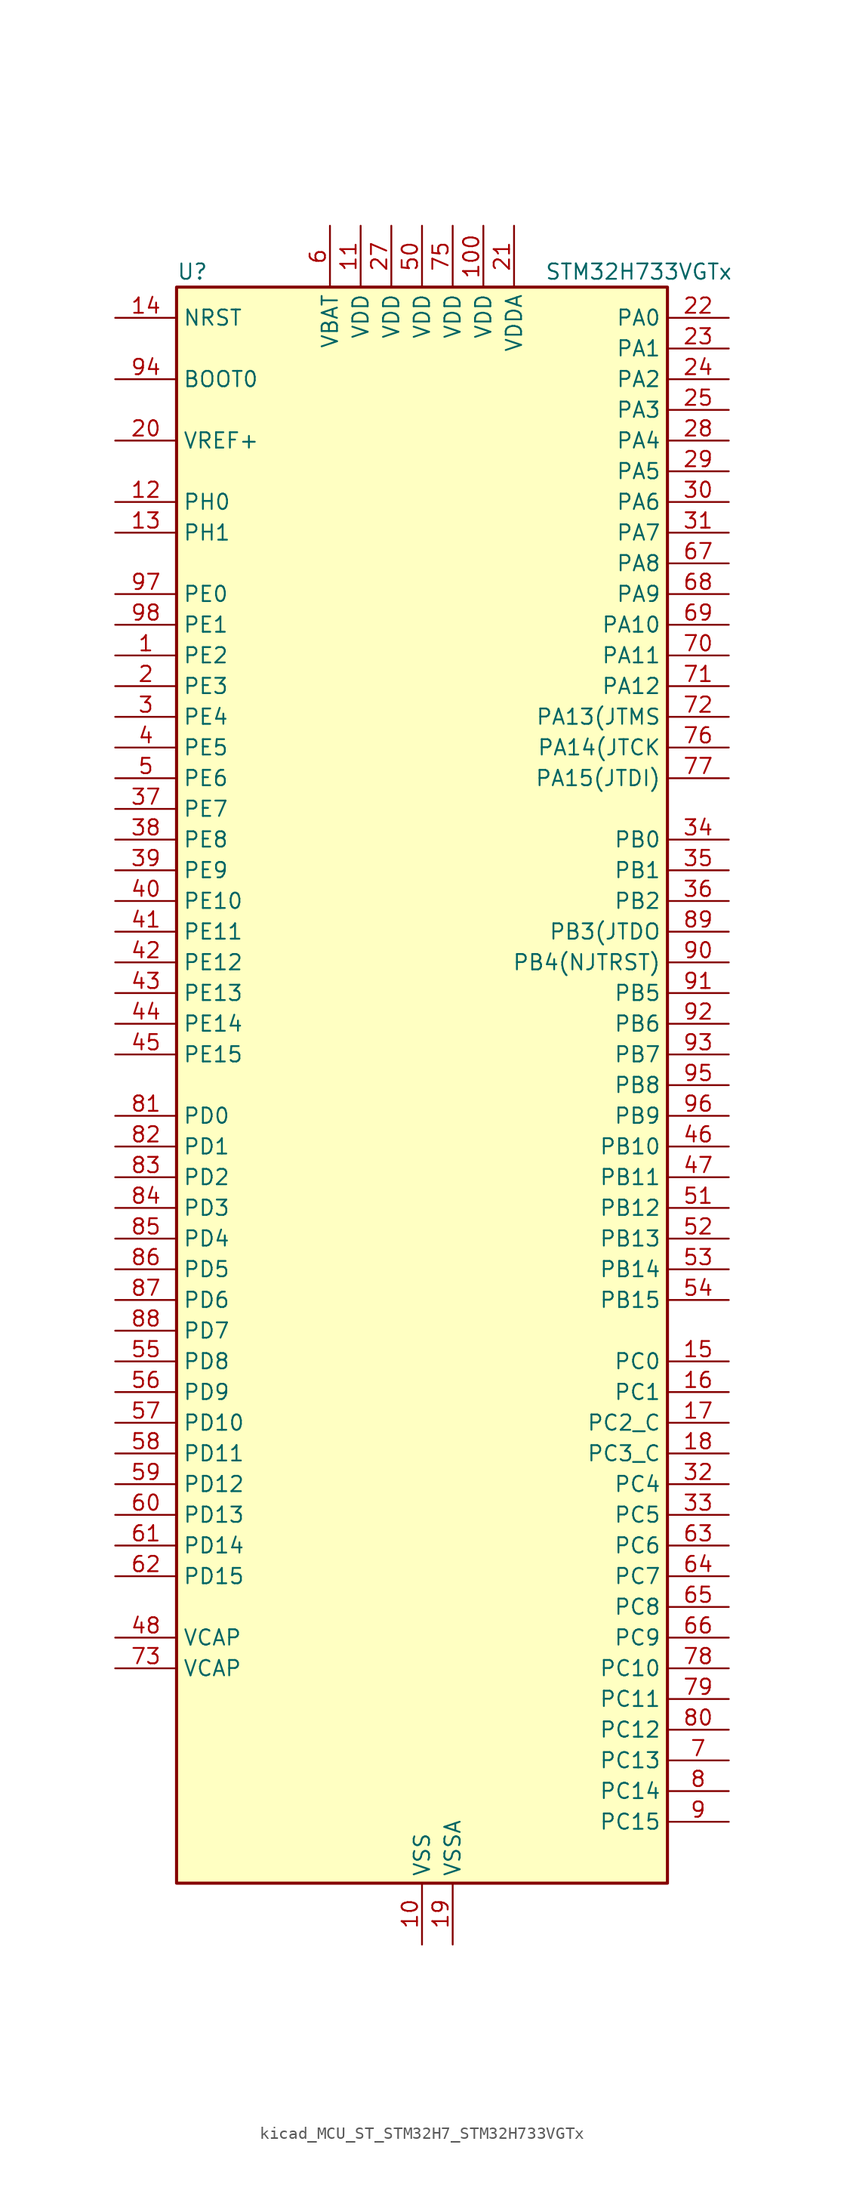
<source format=kicad_sym>
(kicad_symbol_lib
  (version 20220914)
  (generator kicad_symbol_editor)
  (symbol "kicad_MCU_ST_STM32H7_STM32H733VGTx"
    (property "Reference" "U"
      (at -20.32 67.31 0)
      (effects (font (size 1.27 1.27)) (justify left)))
    (property "Value" "STM32H733VGTx"
      (at 10.16 67.31 0)
      (effects (font (size 1.27 1.27)) (justify left)))
    (property "ki_locked" ""
      (at 0 0 0)
      (effects (font (size 1.27 1.27))))
    (symbol "kicad_MCU_ST_STM32H7_STM32H733VGTx_0_1"
      (rectangle (start -20.32 -66.04) (end 20.32 66.04) (stroke (width 0.254) (type default)) (fill (type background))))
    (symbol "kicad_MCU_ST_STM32H7_STM32H733VGTx_1_1"
      (pin bidirectional line (at -25.4 35.56 0) (length 5.08) (name "PE2" (effects (font (size 1.27 1.27)))) (number "1" (effects (font (size 1.27 1.27)))) (alternate "DEBUG_TRACECLK" bidirectional line) (alternate "ETH_TXD3" bidirectional line) (alternate "FMC_A23" bidirectional line) (alternate "OCTOSPIM_P1_IO2" bidirectional line) (alternate "SAI1_CK1" bidirectional line) (alternate "SAI1_MCLK_A" bidirectional line) (alternate "SAI4_CK1" bidirectional line) (alternate "SAI4_MCLK_A" bidirectional line) (alternate "SPI4_SCK" bidirectional line) (alternate "USART10_RX" bidirectional line))
      (pin power_in line (at 0 -71.12 90) (length 5.08) (name "VSS" (effects (font (size 1.27 1.27)))) (number "10" (effects (font (size 1.27 1.27)))))
      (pin power_in line (at 5.08 71.12 270) (length 5.08) (name "VDD" (effects (font (size 1.27 1.27)))) (number "100" (effects (font (size 1.27 1.27)))))
      (pin power_in line (at -5.08 71.12 270) (length 5.08) (name "VDD" (effects (font (size 1.27 1.27)))) (number "11" (effects (font (size 1.27 1.27)))))
      (pin bidirectional line (at -25.4 48.26 0) (length 5.08) (name "PH0" (effects (font (size 1.27 1.27)))) (number "12" (effects (font (size 1.27 1.27)))) (alternate "RCC_OSC_IN" bidirectional line))
      (pin bidirectional line (at -25.4 45.72 0) (length 5.08) (name "PH1" (effects (font (size 1.27 1.27)))) (number "13" (effects (font (size 1.27 1.27)))) (alternate "RCC_OSC_OUT" bidirectional line))
      (pin input line (at -25.4 63.5 0) (length 5.08) (name "NRST" (effects (font (size 1.27 1.27)))) (number "14" (effects (font (size 1.27 1.27)))))
      (pin bidirectional line (at 25.4 -22.86 180) (length 5.08) (name "PC0" (effects (font (size 1.27 1.27)))) (number "15" (effects (font (size 1.27 1.27)))) (alternate "ADC1_INP10" bidirectional line) (alternate "ADC2_INP10" bidirectional line) (alternate "ADC3_INP10" bidirectional line) (alternate "DFSDM1_CKIN0" bidirectional line) (alternate "DFSDM1_DATIN4" bidirectional line) (alternate "FMC_A25" bidirectional line) (alternate "FMC_D12" bidirectional line) (alternate "FMC_DA12" bidirectional line) (alternate "FMC_SDNWE" bidirectional line) (alternate "LTDC_G2" bidirectional line) (alternate "LTDC_R5" bidirectional line) (alternate "SAI4_FS_B" bidirectional line) (alternate "USB_OTG_HS_ULPI_STP" bidirectional line))
      (pin bidirectional line (at 25.4 -25.4 180) (length 5.08) (name "PC1" (effects (font (size 1.27 1.27)))) (number "16" (effects (font (size 1.27 1.27)))) (alternate "ADC1_INN10" bidirectional line) (alternate "ADC1_INP11" bidirectional line) (alternate "ADC2_INN10" bidirectional line) (alternate "ADC2_INP11" bidirectional line) (alternate "ADC3_INN10" bidirectional line) (alternate "ADC3_INP11" bidirectional line) (alternate "DEBUG_TRACED0" bidirectional line) (alternate "DFSDM1_CKIN4" bidirectional line) (alternate "DFSDM1_DATIN0" bidirectional line) (alternate "ETH_MDC" bidirectional line) (alternate "I2S2_SDO" bidirectional line) (alternate "LTDC_G5" bidirectional line) (alternate "MDIOS_MDC" bidirectional line) (alternate "OCTOSPIM_P1_IO4" bidirectional line) (alternate "PWR_WKUP6" bidirectional line) (alternate "RTC_TAMP3" bidirectional line) (alternate "SAI1_D1" bidirectional line) (alternate "SAI1_SD_A" bidirectional line) (alternate "SAI4_D1" bidirectional line) (alternate "SAI4_SD_A" bidirectional line) (alternate "SDMMC2_CK" bidirectional line) (alternate "SPI2_MOSI" bidirectional line))
      (pin bidirectional line (at 25.4 -27.94 180) (length 5.08) (name "PC2_C" (effects (font (size 1.27 1.27)))) (number "17" (effects (font (size 1.27 1.27)))) (alternate "ADC3_INN1" bidirectional line) (alternate "ADC3_INP0" bidirectional line) (alternate "DFSDM1_CKIN1" bidirectional line) (alternate "DFSDM1_CKOUT" bidirectional line) (alternate "ETH_TXD2" bidirectional line) (alternate "FMC_SDNE0" bidirectional line) (alternate "I2S2_SDI" bidirectional line) (alternate "OCTOSPIM_P1_IO2" bidirectional line) (alternate "OCTOSPIM_P1_IO5" bidirectional line) (alternate "PWR_CSTOP" bidirectional line) (alternate "SPI2_MISO" bidirectional line) (alternate "USB_OTG_HS_ULPI_DIR" bidirectional line))
      (pin bidirectional line (at 25.4 -30.48 180) (length 5.08) (name "PC3_C" (effects (font (size 1.27 1.27)))) (number "18" (effects (font (size 1.27 1.27)))) (alternate "ADC3_INP1" bidirectional line) (alternate "DFSDM1_DATIN1" bidirectional line) (alternate "ETH_TX_CLK" bidirectional line) (alternate "FMC_SDCKE0" bidirectional line) (alternate "I2S2_SDO" bidirectional line) (alternate "OCTOSPIM_P1_IO0" bidirectional line) (alternate "OCTOSPIM_P1_IO6" bidirectional line) (alternate "PWR_CSLEEP" bidirectional line) (alternate "SPI2_MOSI" bidirectional line) (alternate "USB_OTG_HS_ULPI_NXT" bidirectional line))
      (pin power_in line (at 2.54 -71.12 90) (length 5.08) (name "VSSA" (effects (font (size 1.27 1.27)))) (number "19" (effects (font (size 1.27 1.27)))))
      (pin bidirectional line (at -25.4 33.02 0) (length 5.08) (name "PE3" (effects (font (size 1.27 1.27)))) (number "2" (effects (font (size 1.27 1.27)))) (alternate "DEBUG_TRACED0" bidirectional line) (alternate "FMC_A19" bidirectional line) (alternate "SAI1_SD_B" bidirectional line) (alternate "SAI4_SD_B" bidirectional line) (alternate "TIM15_BKIN" bidirectional line) (alternate "USART10_TX" bidirectional line))
      (pin input line (at -25.4 53.34 0) (length 5.08) (name "VREF+" (effects (font (size 1.27 1.27)))) (number "20" (effects (font (size 1.27 1.27)))) (alternate "VREFBUF_OUT" bidirectional line))
      (pin power_in line (at 7.62 71.12 270) (length 5.08) (name "VDDA" (effects (font (size 1.27 1.27)))) (number "21" (effects (font (size 1.27 1.27)))))
      (pin bidirectional line (at 25.4 63.5 180) (length 5.08) (name "PA0" (effects (font (size 1.27 1.27)))) (number "22" (effects (font (size 1.27 1.27)))) (alternate "ADC1_INP16" bidirectional line) (alternate "ETH_CRS" bidirectional line) (alternate "FMC_A19" bidirectional line) (alternate "I2S6_WS" bidirectional line) (alternate "PWR_WKUP1" bidirectional line) (alternate "SAI4_SD_B" bidirectional line) (alternate "SDMMC2_CMD" bidirectional line) (alternate "SPI6_NSS" bidirectional line) (alternate "TIM15_BKIN" bidirectional line) (alternate "TIM2_CH1" bidirectional line) (alternate "TIM2_ETR" bidirectional line) (alternate "TIM5_CH1" bidirectional line) (alternate "TIM8_ETR" bidirectional line) (alternate "UART4_TX" bidirectional line) (alternate "USART2_CTS" bidirectional line) (alternate "USART2_NSS" bidirectional line))
      (pin bidirectional line (at 25.4 60.96 180) (length 5.08) (name "PA1" (effects (font (size 1.27 1.27)))) (number "23" (effects (font (size 1.27 1.27)))) (alternate "ADC1_INN16" bidirectional line) (alternate "ADC1_INP17" bidirectional line) (alternate "ETH_REF_CLK" bidirectional line) (alternate "ETH_RX_CLK" bidirectional line) (alternate "LPTIM3_OUT" bidirectional line) (alternate "LTDC_R2" bidirectional line) (alternate "OCTOSPIM_P1_DQS" bidirectional line) (alternate "OCTOSPIM_P1_IO3" bidirectional line) (alternate "SAI4_MCLK_B" bidirectional line) (alternate "TIM15_CH1N" bidirectional line) (alternate "TIM2_CH2" bidirectional line) (alternate "TIM5_CH2" bidirectional line) (alternate "UART4_RX" bidirectional line) (alternate "USART2_DE" bidirectional line) (alternate "USART2_RTS" bidirectional line))
      (pin bidirectional line (at 25.4 58.42 180) (length 5.08) (name "PA2" (effects (font (size 1.27 1.27)))) (number "24" (effects (font (size 1.27 1.27)))) (alternate "ADC1_INP14" bidirectional line) (alternate "ADC2_INP14" bidirectional line) (alternate "ETH_MDIO" bidirectional line) (alternate "LPTIM4_OUT" bidirectional line) (alternate "LTDC_R1" bidirectional line) (alternate "MDIOS_MDIO" bidirectional line) (alternate "OCTOSPIM_P1_IO0" bidirectional line) (alternate "PWR_WKUP2" bidirectional line) (alternate "SAI4_SCK_B" bidirectional line) (alternate "TIM15_CH1" bidirectional line) (alternate "TIM2_CH3" bidirectional line) (alternate "TIM5_CH3" bidirectional line) (alternate "USART2_TX" bidirectional line))
      (pin bidirectional line (at 25.4 55.88 180) (length 5.08) (name "PA3" (effects (font (size 1.27 1.27)))) (number "25" (effects (font (size 1.27 1.27)))) (alternate "ADC1_INP15" bidirectional line) (alternate "ADC2_INP15" bidirectional line) (alternate "ETH_COL" bidirectional line) (alternate "I2S6_MCK" bidirectional line) (alternate "LPTIM5_OUT" bidirectional line) (alternate "LTDC_B2" bidirectional line) (alternate "LTDC_B5" bidirectional line) (alternate "OCTOSPIM_P1_CLK" bidirectional line) (alternate "OCTOSPIM_P1_IO2" bidirectional line) (alternate "TIM15_CH2" bidirectional line) (alternate "TIM2_CH4" bidirectional line) (alternate "TIM5_CH4" bidirectional line) (alternate "USART2_RX" bidirectional line) (alternate "USB_OTG_HS_ULPI_D0" bidirectional line))
      (pin passive line (at 0 -71.12 90) (length 5.08) hide (name "VSS" (effects (font (size 1.27 1.27)))) (number "26" (effects (font (size 1.27 1.27)))))
      (pin power_in line (at -2.54 71.12 270) (length 5.08) (name "VDD" (effects (font (size 1.27 1.27)))) (number "27" (effects (font (size 1.27 1.27)))))
      (pin bidirectional line (at 25.4 53.34 180) (length 5.08) (name "PA4" (effects (font (size 1.27 1.27)))) (number "28" (effects (font (size 1.27 1.27)))) (alternate "ADC1_INP18" bidirectional line) (alternate "ADC2_INP18" bidirectional line) (alternate "DAC1_OUT1" bidirectional line) (alternate "DCMI_HSYNC" bidirectional line) (alternate "FMC_D8" bidirectional line) (alternate "FMC_DA8" bidirectional line) (alternate "I2S1_WS" bidirectional line) (alternate "I2S3_WS" bidirectional line) (alternate "I2S6_WS" bidirectional line) (alternate "LTDC_VSYNC" bidirectional line) (alternate "PSSI_DE" bidirectional line) (alternate "SPI1_NSS" bidirectional line) (alternate "SPI3_NSS" bidirectional line) (alternate "SPI6_NSS" bidirectional line) (alternate "TIM5_ETR" bidirectional line) (alternate "USART2_CK" bidirectional line))
      (pin bidirectional line (at 25.4 50.8 180) (length 5.08) (name "PA5" (effects (font (size 1.27 1.27)))) (number "29" (effects (font (size 1.27 1.27)))) (alternate "ADC1_INN18" bidirectional line) (alternate "ADC1_INP19" bidirectional line) (alternate "ADC2_INN18" bidirectional line) (alternate "ADC2_INP19" bidirectional line) (alternate "DAC1_OUT2" bidirectional line) (alternate "FMC_D9" bidirectional line) (alternate "FMC_DA9" bidirectional line) (alternate "I2S1_CK" bidirectional line) (alternate "I2S6_CK" bidirectional line) (alternate "LTDC_R4" bidirectional line) (alternate "PSSI_D14" bidirectional line) (alternate "PWR_NDSTOP2" bidirectional line) (alternate "SPI1_SCK" bidirectional line) (alternate "SPI6_SCK" bidirectional line) (alternate "TIM2_CH1" bidirectional line) (alternate "TIM2_ETR" bidirectional line) (alternate "TIM8_CH1N" bidirectional line) (alternate "USB_OTG_HS_ULPI_CK" bidirectional line))
      (pin bidirectional line (at -25.4 30.48 0) (length 5.08) (name "PE4" (effects (font (size 1.27 1.27)))) (number "3" (effects (font (size 1.27 1.27)))) (alternate "DCMI_D4" bidirectional line) (alternate "DEBUG_TRACED1" bidirectional line) (alternate "DFSDM1_DATIN3" bidirectional line) (alternate "FMC_A20" bidirectional line) (alternate "LTDC_B0" bidirectional line) (alternate "PSSI_D4" bidirectional line) (alternate "SAI1_D2" bidirectional line) (alternate "SAI1_FS_A" bidirectional line) (alternate "SAI4_D2" bidirectional line) (alternate "SAI4_FS_A" bidirectional line) (alternate "SPI4_NSS" bidirectional line) (alternate "TIM15_CH1N" bidirectional line))
      (pin bidirectional line (at 25.4 48.26 180) (length 5.08) (name "PA6" (effects (font (size 1.27 1.27)))) (number "30" (effects (font (size 1.27 1.27)))) (alternate "ADC1_INP3" bidirectional line) (alternate "ADC2_INP3" bidirectional line) (alternate "DCMI_PIXCLK" bidirectional line) (alternate "I2S1_SDI" bidirectional line) (alternate "I2S6_SDI" bidirectional line) (alternate "LTDC_G2" bidirectional line) (alternate "MDIOS_MDC" bidirectional line) (alternate "OCTOSPIM_P1_IO3" bidirectional line) (alternate "PSSI_PDCK" bidirectional line) (alternate "SPI1_MISO" bidirectional line) (alternate "SPI6_MISO" bidirectional line) (alternate "TIM13_CH1" bidirectional line) (alternate "TIM1_BKIN" bidirectional line) (alternate "TIM1_BKIN_COMP1" bidirectional line) (alternate "TIM1_BKIN_COMP2" bidirectional line) (alternate "TIM3_CH1" bidirectional line) (alternate "TIM8_BKIN" bidirectional line) (alternate "TIM8_BKIN_COMP1" bidirectional line) (alternate "TIM8_BKIN_COMP2" bidirectional line))
      (pin bidirectional line (at 25.4 45.72 180) (length 5.08) (name "PA7" (effects (font (size 1.27 1.27)))) (number "31" (effects (font (size 1.27 1.27)))) (alternate "ADC1_INN3" bidirectional line) (alternate "ADC1_INP7" bidirectional line) (alternate "ADC2_INN3" bidirectional line) (alternate "ADC2_INP7" bidirectional line) (alternate "ETH_CRS_DV" bidirectional line) (alternate "ETH_RX_DV" bidirectional line) (alternate "FMC_SDNWE" bidirectional line) (alternate "I2S1_SDO" bidirectional line) (alternate "I2S6_SDO" bidirectional line) (alternate "LTDC_VSYNC" bidirectional line) (alternate "OCTOSPIM_P1_IO2" bidirectional line) (alternate "OPAMP1_VINM" bidirectional line) (alternate "SPI1_MOSI" bidirectional line) (alternate "SPI6_MOSI" bidirectional line) (alternate "TIM14_CH1" bidirectional line) (alternate "TIM1_CH1N" bidirectional line) (alternate "TIM3_CH2" bidirectional line) (alternate "TIM8_CH1N" bidirectional line))
      (pin bidirectional line (at 25.4 -33.02 180) (length 5.08) (name "PC4" (effects (font (size 1.27 1.27)))) (number "32" (effects (font (size 1.27 1.27)))) (alternate "ADC1_INP4" bidirectional line) (alternate "ADC2_INP4" bidirectional line) (alternate "COMP1_INM" bidirectional line) (alternate "DFSDM1_CKIN2" bidirectional line) (alternate "ETH_RXD0" bidirectional line) (alternate "FMC_A22" bidirectional line) (alternate "FMC_SDNE0" bidirectional line) (alternate "I2S1_MCK" bidirectional line) (alternate "LTDC_R7" bidirectional line) (alternate "OPAMP1_VOUT" bidirectional line) (alternate "SDMMC2_CKIN" bidirectional line) (alternate "SPDIFRX1_IN2" bidirectional line))
      (pin bidirectional line (at 25.4 -35.56 180) (length 5.08) (name "PC5" (effects (font (size 1.27 1.27)))) (number "33" (effects (font (size 1.27 1.27)))) (alternate "ADC1_INN4" bidirectional line) (alternate "ADC1_INP8" bidirectional line) (alternate "ADC2_INN4" bidirectional line) (alternate "ADC2_INP8" bidirectional line) (alternate "COMP1_OUT" bidirectional line) (alternate "DFSDM1_DATIN2" bidirectional line) (alternate "ETH_RXD1" bidirectional line) (alternate "FMC_SDCKE0" bidirectional line) (alternate "LTDC_DE" bidirectional line) (alternate "OCTOSPIM_P1_DQS" bidirectional line) (alternate "OPAMP1_VINM" bidirectional line) (alternate "PSSI_D15" bidirectional line) (alternate "SAI1_D3" bidirectional line) (alternate "SAI4_D3" bidirectional line) (alternate "SPDIFRX1_IN3" bidirectional line))
      (pin bidirectional line (at 25.4 20.32 180) (length 5.08) (name "PB0" (effects (font (size 1.27 1.27)))) (number "34" (effects (font (size 1.27 1.27)))) (alternate "ADC1_INN5" bidirectional line) (alternate "ADC1_INP9" bidirectional line) (alternate "ADC2_INN5" bidirectional line) (alternate "ADC2_INP9" bidirectional line) (alternate "COMP1_INP" bidirectional line) (alternate "DFSDM1_CKOUT" bidirectional line) (alternate "ETH_RXD2" bidirectional line) (alternate "LTDC_G1" bidirectional line) (alternate "LTDC_R3" bidirectional line) (alternate "OCTOSPIM_P1_IO1" bidirectional line) (alternate "OPAMP1_VINP" bidirectional line) (alternate "TIM1_CH2N" bidirectional line) (alternate "TIM3_CH3" bidirectional line) (alternate "TIM8_CH2N" bidirectional line) (alternate "UART4_CTS" bidirectional line) (alternate "USB_OTG_HS_ULPI_D1" bidirectional line))
      (pin bidirectional line (at 25.4 17.78 180) (length 5.08) (name "PB1" (effects (font (size 1.27 1.27)))) (number "35" (effects (font (size 1.27 1.27)))) (alternate "ADC1_INP5" bidirectional line) (alternate "ADC2_INP5" bidirectional line) (alternate "COMP1_INM" bidirectional line) (alternate "DFSDM1_DATIN1" bidirectional line) (alternate "ETH_RXD3" bidirectional line) (alternate "LTDC_G0" bidirectional line) (alternate "LTDC_R6" bidirectional line) (alternate "OCTOSPIM_P1_IO0" bidirectional line) (alternate "TIM1_CH3N" bidirectional line) (alternate "TIM3_CH4" bidirectional line) (alternate "TIM8_CH3N" bidirectional line) (alternate "USB_OTG_HS_ULPI_D2" bidirectional line))
      (pin bidirectional line (at 25.4 15.24 180) (length 5.08) (name "PB2" (effects (font (size 1.27 1.27)))) (number "36" (effects (font (size 1.27 1.27)))) (alternate "COMP1_INP" bidirectional line) (alternate "DFSDM1_CKIN1" bidirectional line) (alternate "ETH_TX_ER" bidirectional line) (alternate "I2S3_SDO" bidirectional line) (alternate "OCTOSPIM_P1_CLK" bidirectional line) (alternate "OCTOSPIM_P1_DQS" bidirectional line) (alternate "RTC_OUT_ALARM" bidirectional line) (alternate "RTC_OUT_CALIB" bidirectional line) (alternate "SAI1_D1" bidirectional line) (alternate "SAI1_SD_A" bidirectional line) (alternate "SAI4_D1" bidirectional line) (alternate "SAI4_SD_A" bidirectional line) (alternate "SPI3_MOSI" bidirectional line) (alternate "TIM23_ETR" bidirectional line))
      (pin bidirectional line (at -25.4 22.86 0) (length 5.08) (name "PE7" (effects (font (size 1.27 1.27)))) (number "37" (effects (font (size 1.27 1.27)))) (alternate "COMP2_INM" bidirectional line) (alternate "DFSDM1_DATIN2" bidirectional line) (alternate "FMC_D4" bidirectional line) (alternate "FMC_DA4" bidirectional line) (alternate "OCTOSPIM_P1_IO4" bidirectional line) (alternate "OPAMP2_VOUT" bidirectional line) (alternate "TIM1_ETR" bidirectional line) (alternate "UART7_RX" bidirectional line))
      (pin bidirectional line (at -25.4 20.32 0) (length 5.08) (name "PE8" (effects (font (size 1.27 1.27)))) (number "38" (effects (font (size 1.27 1.27)))) (alternate "COMP2_OUT" bidirectional line) (alternate "DFSDM1_CKIN2" bidirectional line) (alternate "FMC_D5" bidirectional line) (alternate "FMC_DA5" bidirectional line) (alternate "OCTOSPIM_P1_IO5" bidirectional line) (alternate "OPAMP2_VINM" bidirectional line) (alternate "TIM1_CH1N" bidirectional line) (alternate "UART7_TX" bidirectional line))
      (pin bidirectional line (at -25.4 17.78 0) (length 5.08) (name "PE9" (effects (font (size 1.27 1.27)))) (number "39" (effects (font (size 1.27 1.27)))) (alternate "COMP2_INP" bidirectional line) (alternate "DAC1_EXTI9" bidirectional line) (alternate "DFSDM1_CKOUT" bidirectional line) (alternate "FMC_D6" bidirectional line) (alternate "FMC_DA6" bidirectional line) (alternate "OCTOSPIM_P1_IO6" bidirectional line) (alternate "OPAMP2_VINP" bidirectional line) (alternate "TIM1_CH1" bidirectional line) (alternate "UART7_DE" bidirectional line) (alternate "UART7_RTS" bidirectional line))
      (pin bidirectional line (at -25.4 27.94 0) (length 5.08) (name "PE5" (effects (font (size 1.27 1.27)))) (number "4" (effects (font (size 1.27 1.27)))) (alternate "DCMI_D6" bidirectional line) (alternate "DEBUG_TRACED2" bidirectional line) (alternate "DFSDM1_CKIN3" bidirectional line) (alternate "FMC_A21" bidirectional line) (alternate "LTDC_G0" bidirectional line) (alternate "PSSI_D6" bidirectional line) (alternate "SAI1_CK2" bidirectional line) (alternate "SAI1_SCK_A" bidirectional line) (alternate "SAI4_CK2" bidirectional line) (alternate "SAI4_SCK_A" bidirectional line) (alternate "SPI4_MISO" bidirectional line) (alternate "TIM15_CH1" bidirectional line))
      (pin bidirectional line (at -25.4 15.24 0) (length 5.08) (name "PE10" (effects (font (size 1.27 1.27)))) (number "40" (effects (font (size 1.27 1.27)))) (alternate "COMP2_INM" bidirectional line) (alternate "DFSDM1_DATIN4" bidirectional line) (alternate "FMC_D7" bidirectional line) (alternate "FMC_DA7" bidirectional line) (alternate "OCTOSPIM_P1_IO7" bidirectional line) (alternate "TIM1_CH2N" bidirectional line) (alternate "UART7_CTS" bidirectional line))
      (pin bidirectional line (at -25.4 12.7 0) (length 5.08) (name "PE11" (effects (font (size 1.27 1.27)))) (number "41" (effects (font (size 1.27 1.27)))) (alternate "ADC1_EXTI11" bidirectional line) (alternate "ADC2_EXTI11" bidirectional line) (alternate "ADC3_EXTI11" bidirectional line) (alternate "COMP2_INP" bidirectional line) (alternate "DFSDM1_CKIN4" bidirectional line) (alternate "FMC_D8" bidirectional line) (alternate "FMC_DA8" bidirectional line) (alternate "LTDC_G3" bidirectional line) (alternate "OCTOSPIM_P1_NCS" bidirectional line) (alternate "SAI4_SD_B" bidirectional line) (alternate "SPI4_NSS" bidirectional line) (alternate "TIM1_CH2" bidirectional line))
      (pin bidirectional line (at -25.4 10.16 0) (length 5.08) (name "PE12" (effects (font (size 1.27 1.27)))) (number "42" (effects (font (size 1.27 1.27)))) (alternate "COMP1_OUT" bidirectional line) (alternate "DFSDM1_DATIN5" bidirectional line) (alternate "FMC_D9" bidirectional line) (alternate "FMC_DA9" bidirectional line) (alternate "LTDC_B4" bidirectional line) (alternate "SAI4_SCK_B" bidirectional line) (alternate "SPI4_SCK" bidirectional line) (alternate "TIM1_CH3N" bidirectional line))
      (pin bidirectional line (at -25.4 7.62 0) (length 5.08) (name "PE13" (effects (font (size 1.27 1.27)))) (number "43" (effects (font (size 1.27 1.27)))) (alternate "COMP2_OUT" bidirectional line) (alternate "DFSDM1_CKIN5" bidirectional line) (alternate "FMC_D10" bidirectional line) (alternate "FMC_DA10" bidirectional line) (alternate "LTDC_DE" bidirectional line) (alternate "SAI4_FS_B" bidirectional line) (alternate "SPI4_MISO" bidirectional line) (alternate "TIM1_CH3" bidirectional line))
      (pin bidirectional line (at -25.4 5.08 0) (length 5.08) (name "PE14" (effects (font (size 1.27 1.27)))) (number "44" (effects (font (size 1.27 1.27)))) (alternate "FMC_D11" bidirectional line) (alternate "FMC_DA11" bidirectional line) (alternate "LTDC_CLK" bidirectional line) (alternate "SAI4_MCLK_B" bidirectional line) (alternate "SPI4_MOSI" bidirectional line) (alternate "TIM1_CH4" bidirectional line))
      (pin bidirectional line (at -25.4 2.54 0) (length 5.08) (name "PE15" (effects (font (size 1.27 1.27)))) (number "45" (effects (font (size 1.27 1.27)))) (alternate "ADC1_EXTI15" bidirectional line) (alternate "ADC2_EXTI15" bidirectional line) (alternate "ADC3_EXTI15" bidirectional line) (alternate "FMC_D12" bidirectional line) (alternate "FMC_DA12" bidirectional line) (alternate "LTDC_R7" bidirectional line) (alternate "TIM1_BKIN" bidirectional line) (alternate "TIM1_BKIN_COMP1" bidirectional line) (alternate "TIM1_BKIN_COMP2" bidirectional line) (alternate "USART10_CK" bidirectional line))
      (pin bidirectional line (at 25.4 -5.08 180) (length 5.08) (name "PB10" (effects (font (size 1.27 1.27)))) (number "46" (effects (font (size 1.27 1.27)))) (alternate "DFSDM1_DATIN7" bidirectional line) (alternate "ETH_RX_ER" bidirectional line) (alternate "I2C2_SCL" bidirectional line) (alternate "I2S2_CK" bidirectional line) (alternate "LPTIM2_IN1" bidirectional line) (alternate "LTDC_G4" bidirectional line) (alternate "OCTOSPIM_P1_NCS" bidirectional line) (alternate "SPI2_SCK" bidirectional line) (alternate "TIM2_CH3" bidirectional line) (alternate "USART3_TX" bidirectional line) (alternate "USB_OTG_HS_ULPI_D3" bidirectional line))
      (pin bidirectional line (at 25.4 -7.62 180) (length 5.08) (name "PB11" (effects (font (size 1.27 1.27)))) (number "47" (effects (font (size 1.27 1.27)))) (alternate "ADC1_EXTI11" bidirectional line) (alternate "ADC2_EXTI11" bidirectional line) (alternate "ADC3_EXTI11" bidirectional line) (alternate "DFSDM1_CKIN7" bidirectional line) (alternate "ETH_TX_EN" bidirectional line) (alternate "I2C2_SDA" bidirectional line) (alternate "LPTIM2_ETR" bidirectional line) (alternate "LTDC_G5" bidirectional line) (alternate "TIM2_CH4" bidirectional line) (alternate "USART3_RX" bidirectional line) (alternate "USB_OTG_HS_ULPI_D4" bidirectional line))
      (pin power_out line (at -25.4 -45.72 0) (length 5.08) (name "VCAP" (effects (font (size 1.27 1.27)))) (number "48" (effects (font (size 1.27 1.27)))))
      (pin passive line (at 0 -71.12 90) (length 5.08) hide (name "VSS" (effects (font (size 1.27 1.27)))) (number "49" (effects (font (size 1.27 1.27)))))
      (pin bidirectional line (at -25.4 25.4 0) (length 5.08) (name "PE6" (effects (font (size 1.27 1.27)))) (number "5" (effects (font (size 1.27 1.27)))) (alternate "DCMI_D7" bidirectional line) (alternate "DEBUG_TRACED3" bidirectional line) (alternate "FMC_A22" bidirectional line) (alternate "LTDC_G1" bidirectional line) (alternate "PSSI_D7" bidirectional line) (alternate "SAI1_D1" bidirectional line) (alternate "SAI1_SD_A" bidirectional line) (alternate "SAI4_D1" bidirectional line) (alternate "SAI4_MCLK_B" bidirectional line) (alternate "SAI4_SD_A" bidirectional line) (alternate "SPI4_MOSI" bidirectional line) (alternate "TIM15_CH2" bidirectional line) (alternate "TIM1_BKIN2" bidirectional line) (alternate "TIM1_BKIN2_COMP1" bidirectional line) (alternate "TIM1_BKIN2_COMP2" bidirectional line))
      (pin power_in line (at 0 71.12 270) (length 5.08) (name "VDD" (effects (font (size 1.27 1.27)))) (number "50" (effects (font (size 1.27 1.27)))))
      (pin bidirectional line (at 25.4 -10.16 180) (length 5.08) (name "PB12" (effects (font (size 1.27 1.27)))) (number "51" (effects (font (size 1.27 1.27)))) (alternate "DFSDM1_DATIN1" bidirectional line) (alternate "ETH_TXD0" bidirectional line) (alternate "FDCAN2_RX" bidirectional line) (alternate "I2C2_SMBA" bidirectional line) (alternate "I2S2_WS" bidirectional line) (alternate "OCTOSPIM_P1_IO0" bidirectional line) (alternate "OCTOSPIM_P1_NCLK" bidirectional line) (alternate "SPI2_NSS" bidirectional line) (alternate "TIM1_BKIN" bidirectional line) (alternate "TIM1_BKIN_COMP1" bidirectional line) (alternate "TIM1_BKIN_COMP2" bidirectional line) (alternate "UART5_RX" bidirectional line) (alternate "USART3_CK" bidirectional line) (alternate "USB_OTG_HS_ULPI_D5" bidirectional line))
      (pin bidirectional line (at 25.4 -12.7 180) (length 5.08) (name "PB13" (effects (font (size 1.27 1.27)))) (number "52" (effects (font (size 1.27 1.27)))) (alternate "DCMI_D2" bidirectional line) (alternate "DFSDM1_CKIN1" bidirectional line) (alternate "ETH_TXD1" bidirectional line) (alternate "FDCAN2_TX" bidirectional line) (alternate "I2S2_CK" bidirectional line) (alternate "LPTIM2_OUT" bidirectional line) (alternate "OCTOSPIM_P1_IO2" bidirectional line) (alternate "PSSI_D2" bidirectional line) (alternate "SDMMC1_D0" bidirectional line) (alternate "SPI2_SCK" bidirectional line) (alternate "TIM1_CH1N" bidirectional line) (alternate "UART5_TX" bidirectional line) (alternate "USART3_CTS" bidirectional line) (alternate "USART3_NSS" bidirectional line) (alternate "USB_OTG_HS_ULPI_D6" bidirectional line))
      (pin bidirectional line (at 25.4 -15.24 180) (length 5.08) (name "PB14" (effects (font (size 1.27 1.27)))) (number "53" (effects (font (size 1.27 1.27)))) (alternate "DFSDM1_DATIN2" bidirectional line) (alternate "FMC_D10" bidirectional line) (alternate "FMC_DA10" bidirectional line) (alternate "I2S2_SDI" bidirectional line) (alternate "LTDC_CLK" bidirectional line) (alternate "SDMMC2_D0" bidirectional line) (alternate "SPI2_MISO" bidirectional line) (alternate "TIM12_CH1" bidirectional line) (alternate "TIM1_CH2N" bidirectional line) (alternate "TIM8_CH2N" bidirectional line) (alternate "UART4_DE" bidirectional line) (alternate "UART4_RTS" bidirectional line) (alternate "USART1_TX" bidirectional line) (alternate "USART3_DE" bidirectional line) (alternate "USART3_RTS" bidirectional line))
      (pin bidirectional line (at 25.4 -17.78 180) (length 5.08) (name "PB15" (effects (font (size 1.27 1.27)))) (number "54" (effects (font (size 1.27 1.27)))) (alternate "ADC1_EXTI15" bidirectional line) (alternate "ADC2_EXTI15" bidirectional line) (alternate "ADC3_EXTI15" bidirectional line) (alternate "DFSDM1_CKIN2" bidirectional line) (alternate "FMC_D11" bidirectional line) (alternate "FMC_DA11" bidirectional line) (alternate "I2S2_SDO" bidirectional line) (alternate "LTDC_G7" bidirectional line) (alternate "RTC_REFIN" bidirectional line) (alternate "SDMMC2_D1" bidirectional line) (alternate "SPI2_MOSI" bidirectional line) (alternate "TIM12_CH2" bidirectional line) (alternate "TIM1_CH3N" bidirectional line) (alternate "TIM8_CH3N" bidirectional line) (alternate "UART4_CTS" bidirectional line) (alternate "USART1_RX" bidirectional line))
      (pin bidirectional line (at -25.4 -22.86 0) (length 5.08) (name "PD8" (effects (font (size 1.27 1.27)))) (number "55" (effects (font (size 1.27 1.27)))) (alternate "DFSDM1_CKIN3" bidirectional line) (alternate "FMC_D13" bidirectional line) (alternate "FMC_DA13" bidirectional line) (alternate "SPDIFRX1_IN1" bidirectional line) (alternate "USART3_TX" bidirectional line))
      (pin bidirectional line (at -25.4 -25.4 0) (length 5.08) (name "PD9" (effects (font (size 1.27 1.27)))) (number "56" (effects (font (size 1.27 1.27)))) (alternate "DAC1_EXTI9" bidirectional line) (alternate "DFSDM1_DATIN3" bidirectional line) (alternate "FMC_D14" bidirectional line) (alternate "FMC_DA14" bidirectional line) (alternate "USART3_RX" bidirectional line))
      (pin bidirectional line (at -25.4 -27.94 0) (length 5.08) (name "PD10" (effects (font (size 1.27 1.27)))) (number "57" (effects (font (size 1.27 1.27)))) (alternate "DFSDM1_CKOUT" bidirectional line) (alternate "FMC_D15" bidirectional line) (alternate "FMC_DA15" bidirectional line) (alternate "LTDC_B3" bidirectional line) (alternate "USART3_CK" bidirectional line))
      (pin bidirectional line (at -25.4 -30.48 0) (length 5.08) (name "PD11" (effects (font (size 1.27 1.27)))) (number "58" (effects (font (size 1.27 1.27)))) (alternate "ADC1_EXTI11" bidirectional line) (alternate "ADC2_EXTI11" bidirectional line) (alternate "ADC3_EXTI11" bidirectional line) (alternate "FMC_A16" bidirectional line) (alternate "FMC_CLE" bidirectional line) (alternate "I2C4_SMBA" bidirectional line) (alternate "LPTIM2_IN2" bidirectional line) (alternate "OCTOSPIM_P1_IO0" bidirectional line) (alternate "SAI4_SD_A" bidirectional line) (alternate "USART3_CTS" bidirectional line) (alternate "USART3_NSS" bidirectional line))
      (pin bidirectional line (at -25.4 -33.02 0) (length 5.08) (name "PD12" (effects (font (size 1.27 1.27)))) (number "59" (effects (font (size 1.27 1.27)))) (alternate "DCMI_D12" bidirectional line) (alternate "FDCAN3_RX" bidirectional line) (alternate "FMC_A17" bidirectional line) (alternate "FMC_ALE" bidirectional line) (alternate "I2C4_SCL" bidirectional line) (alternate "LPTIM1_IN1" bidirectional line) (alternate "LPTIM2_IN1" bidirectional line) (alternate "OCTOSPIM_P1_IO1" bidirectional line) (alternate "PSSI_D12" bidirectional line) (alternate "SAI4_FS_A" bidirectional line) (alternate "TIM4_CH1" bidirectional line) (alternate "USART3_DE" bidirectional line) (alternate "USART3_RTS" bidirectional line))
      (pin power_in line (at -7.62 71.12 270) (length 5.08) (name "VBAT" (effects (font (size 1.27 1.27)))) (number "6" (effects (font (size 1.27 1.27)))))
      (pin bidirectional line (at -25.4 -35.56 0) (length 5.08) (name "PD13" (effects (font (size 1.27 1.27)))) (number "60" (effects (font (size 1.27 1.27)))) (alternate "DCMI_D13" bidirectional line) (alternate "FDCAN3_TX" bidirectional line) (alternate "FMC_A18" bidirectional line) (alternate "I2C4_SDA" bidirectional line) (alternate "LPTIM1_OUT" bidirectional line) (alternate "OCTOSPIM_P1_IO3" bidirectional line) (alternate "PSSI_D13" bidirectional line) (alternate "SAI4_SCK_A" bidirectional line) (alternate "TIM4_CH2" bidirectional line) (alternate "UART9_DE" bidirectional line) (alternate "UART9_RTS" bidirectional line))
      (pin bidirectional line (at -25.4 -38.1 0) (length 5.08) (name "PD14" (effects (font (size 1.27 1.27)))) (number "61" (effects (font (size 1.27 1.27)))) (alternate "FMC_D0" bidirectional line) (alternate "FMC_DA0" bidirectional line) (alternate "TIM4_CH3" bidirectional line) (alternate "UART8_CTS" bidirectional line) (alternate "UART9_RX" bidirectional line))
      (pin bidirectional line (at -25.4 -40.64 0) (length 5.08) (name "PD15" (effects (font (size 1.27 1.27)))) (number "62" (effects (font (size 1.27 1.27)))) (alternate "ADC1_EXTI15" bidirectional line) (alternate "ADC2_EXTI15" bidirectional line) (alternate "ADC3_EXTI15" bidirectional line) (alternate "FMC_D1" bidirectional line) (alternate "FMC_DA1" bidirectional line) (alternate "TIM4_CH4" bidirectional line) (alternate "UART8_DE" bidirectional line) (alternate "UART8_RTS" bidirectional line) (alternate "UART9_TX" bidirectional line))
      (pin bidirectional line (at 25.4 -38.1 180) (length 5.08) (name "PC6" (effects (font (size 1.27 1.27)))) (number "63" (effects (font (size 1.27 1.27)))) (alternate "DCMI_D0" bidirectional line) (alternate "DFSDM1_CKIN3" bidirectional line) (alternate "FMC_NWAIT" bidirectional line) (alternate "I2S2_MCK" bidirectional line) (alternate "LTDC_HSYNC" bidirectional line) (alternate "PSSI_D0" bidirectional line) (alternate "SDMMC1_D0DIR" bidirectional line) (alternate "SDMMC1_D6" bidirectional line) (alternate "SDMMC2_D6" bidirectional line) (alternate "SWPMI1_IO" bidirectional line) (alternate "TIM3_CH1" bidirectional line) (alternate "TIM8_CH1" bidirectional line) (alternate "USART6_TX" bidirectional line))
      (pin bidirectional line (at 25.4 -40.64 180) (length 5.08) (name "PC7" (effects (font (size 1.27 1.27)))) (number "64" (effects (font (size 1.27 1.27)))) (alternate "DCMI_D1" bidirectional line) (alternate "DEBUG_TRGIO" bidirectional line) (alternate "DFSDM1_DATIN3" bidirectional line) (alternate "FMC_NE1" bidirectional line) (alternate "I2S3_MCK" bidirectional line) (alternate "LTDC_G6" bidirectional line) (alternate "PSSI_D1" bidirectional line) (alternate "SDMMC1_D123DIR" bidirectional line) (alternate "SDMMC1_D7" bidirectional line) (alternate "SDMMC2_D7" bidirectional line) (alternate "SWPMI1_TX" bidirectional line) (alternate "TIM3_CH2" bidirectional line) (alternate "TIM8_CH2" bidirectional line) (alternate "USART6_RX" bidirectional line))
      (pin bidirectional line (at 25.4 -43.18 180) (length 5.08) (name "PC8" (effects (font (size 1.27 1.27)))) (number "65" (effects (font (size 1.27 1.27)))) (alternate "DCMI_D2" bidirectional line) (alternate "DEBUG_TRACED1" bidirectional line) (alternate "FMC_INT" bidirectional line) (alternate "FMC_NCE" bidirectional line) (alternate "FMC_NE2" bidirectional line) (alternate "PSSI_D2" bidirectional line) (alternate "SDMMC1_D0" bidirectional line) (alternate "SWPMI1_RX" bidirectional line) (alternate "TIM3_CH3" bidirectional line) (alternate "TIM8_CH3" bidirectional line) (alternate "UART5_DE" bidirectional line) (alternate "UART5_RTS" bidirectional line) (alternate "USART6_CK" bidirectional line))
      (pin bidirectional line (at 25.4 -45.72 180) (length 5.08) (name "PC9" (effects (font (size 1.27 1.27)))) (number "66" (effects (font (size 1.27 1.27)))) (alternate "DAC1_EXTI9" bidirectional line) (alternate "DCMI_D3" bidirectional line) (alternate "I2C3_SDA" bidirectional line) (alternate "I2C5_SDA" bidirectional line) (alternate "I2S_CKIN" bidirectional line) (alternate "LTDC_B2" bidirectional line) (alternate "LTDC_G3" bidirectional line) (alternate "OCTOSPIM_P1_IO0" bidirectional line) (alternate "PSSI_D3" bidirectional line) (alternate "RCC_MCO_2" bidirectional line) (alternate "SDMMC1_D1" bidirectional line) (alternate "SWPMI1_SUSPEND" bidirectional line) (alternate "TIM3_CH4" bidirectional line) (alternate "TIM8_CH4" bidirectional line) (alternate "UART5_CTS" bidirectional line))
      (pin bidirectional line (at 25.4 43.18 180) (length 5.08) (name "PA8" (effects (font (size 1.27 1.27)))) (number "67" (effects (font (size 1.27 1.27)))) (alternate "I2C3_SCL" bidirectional line) (alternate "I2C5_SCL" bidirectional line) (alternate "LTDC_B3" bidirectional line) (alternate "LTDC_R6" bidirectional line) (alternate "RCC_MCO_1" bidirectional line) (alternate "TIM1_CH1" bidirectional line) (alternate "TIM8_BKIN2" bidirectional line) (alternate "TIM8_BKIN2_COMP1" bidirectional line) (alternate "TIM8_BKIN2_COMP2" bidirectional line) (alternate "UART7_RX" bidirectional line) (alternate "USART1_CK" bidirectional line) (alternate "USB_OTG_HS_SOF" bidirectional line))
      (pin bidirectional line (at 25.4 40.64 180) (length 5.08) (name "PA9" (effects (font (size 1.27 1.27)))) (number "68" (effects (font (size 1.27 1.27)))) (alternate "DAC1_EXTI9" bidirectional line) (alternate "DCMI_D0" bidirectional line) (alternate "ETH_TX_ER" bidirectional line) (alternate "I2C3_SMBA" bidirectional line) (alternate "I2C5_SMBA" bidirectional line) (alternate "I2S2_CK" bidirectional line) (alternate "LPUART1_TX" bidirectional line) (alternate "LTDC_R5" bidirectional line) (alternate "PSSI_D0" bidirectional line) (alternate "SPI2_SCK" bidirectional line) (alternate "TIM1_CH2" bidirectional line) (alternate "USART1_TX" bidirectional line) (alternate "USB_OTG_HS_VBUS" bidirectional line))
      (pin bidirectional line (at 25.4 38.1 180) (length 5.08) (name "PA10" (effects (font (size 1.27 1.27)))) (number "69" (effects (font (size 1.27 1.27)))) (alternate "DCMI_D1" bidirectional line) (alternate "LPUART1_RX" bidirectional line) (alternate "LTDC_B1" bidirectional line) (alternate "LTDC_B4" bidirectional line) (alternate "MDIOS_MDIO" bidirectional line) (alternate "PSSI_D1" bidirectional line) (alternate "TIM1_CH3" bidirectional line) (alternate "USART1_RX" bidirectional line) (alternate "USB_OTG_HS_ID" bidirectional line))
      (pin bidirectional line (at 25.4 -55.88 180) (length 5.08) (name "PC13" (effects (font (size 1.27 1.27)))) (number "7" (effects (font (size 1.27 1.27)))) (alternate "PWR_WKUP4" bidirectional line) (alternate "RTC_OUT_ALARM" bidirectional line) (alternate "RTC_OUT_CALIB" bidirectional line) (alternate "RTC_TAMP1" bidirectional line) (alternate "RTC_TS" bidirectional line))
      (pin bidirectional line (at 25.4 35.56 180) (length 5.08) (name "PA11" (effects (font (size 1.27 1.27)))) (number "70" (effects (font (size 1.27 1.27)))) (alternate "ADC1_EXTI11" bidirectional line) (alternate "ADC2_EXTI11" bidirectional line) (alternate "ADC3_EXTI11" bidirectional line) (alternate "FDCAN1_RX" bidirectional line) (alternate "I2S2_WS" bidirectional line) (alternate "LPUART1_CTS" bidirectional line) (alternate "LTDC_R4" bidirectional line) (alternate "SPI2_NSS" bidirectional line) (alternate "TIM1_CH4" bidirectional line) (alternate "UART4_RX" bidirectional line) (alternate "USART1_CTS" bidirectional line) (alternate "USART1_NSS" bidirectional line) (alternate "USB_OTG_HS_DM" bidirectional line))
      (pin bidirectional line (at 25.4 33.02 180) (length 5.08) (name "PA12" (effects (font (size 1.27 1.27)))) (number "71" (effects (font (size 1.27 1.27)))) (alternate "FDCAN1_TX" bidirectional line) (alternate "I2S2_CK" bidirectional line) (alternate "LPUART1_DE" bidirectional line) (alternate "LPUART1_RTS" bidirectional line) (alternate "LTDC_R5" bidirectional line) (alternate "SAI4_FS_B" bidirectional line) (alternate "SPI2_SCK" bidirectional line) (alternate "TIM1_BKIN2" bidirectional line) (alternate "TIM1_ETR" bidirectional line) (alternate "UART4_TX" bidirectional line) (alternate "USART1_DE" bidirectional line) (alternate "USART1_RTS" bidirectional line) (alternate "USB_OTG_HS_DP" bidirectional line))
      (pin bidirectional line (at 25.4 30.48 180) (length 5.08) (name "PA13(JTMS" (effects (font (size 1.27 1.27)))) (number "72" (effects (font (size 1.27 1.27)))) (alternate "DEBUG_JTMS-SWDIO" bidirectional line))
      (pin power_out line (at -25.4 -48.26 0) (length 5.08) (name "VCAP" (effects (font (size 1.27 1.27)))) (number "73" (effects (font (size 1.27 1.27)))))
      (pin passive line (at 0 -71.12 90) (length 5.08) hide (name "VSS" (effects (font (size 1.27 1.27)))) (number "74" (effects (font (size 1.27 1.27)))))
      (pin power_in line (at 2.54 71.12 270) (length 5.08) (name "VDD" (effects (font (size 1.27 1.27)))) (number "75" (effects (font (size 1.27 1.27)))))
      (pin bidirectional line (at 25.4 27.94 180) (length 5.08) (name "PA14(JTCK" (effects (font (size 1.27 1.27)))) (number "76" (effects (font (size 1.27 1.27)))) (alternate "DEBUG_JTCK-SWCLK" bidirectional line))
      (pin bidirectional line (at 25.4 25.4 180) (length 5.08) (name "PA15(JTDI)" (effects (font (size 1.27 1.27)))) (number "77" (effects (font (size 1.27 1.27)))) (alternate "ADC1_EXTI15" bidirectional line) (alternate "ADC2_EXTI15" bidirectional line) (alternate "ADC3_EXTI15" bidirectional line) (alternate "CEC" bidirectional line) (alternate "DEBUG_JTDI" bidirectional line) (alternate "I2S1_WS" bidirectional line) (alternate "I2S3_WS" bidirectional line) (alternate "I2S6_WS" bidirectional line) (alternate "LTDC_B6" bidirectional line) (alternate "LTDC_R3" bidirectional line) (alternate "SPI1_NSS" bidirectional line) (alternate "SPI3_NSS" bidirectional line) (alternate "SPI6_NSS" bidirectional line) (alternate "TIM2_CH1" bidirectional line) (alternate "TIM2_ETR" bidirectional line) (alternate "UART4_DE" bidirectional line) (alternate "UART4_RTS" bidirectional line) (alternate "UART7_TX" bidirectional line))
      (pin bidirectional line (at 25.4 -48.26 180) (length 5.08) (name "PC10" (effects (font (size 1.27 1.27)))) (number "78" (effects (font (size 1.27 1.27)))) (alternate "DCMI_D8" bidirectional line) (alternate "DFSDM1_CKIN5" bidirectional line) (alternate "I2C5_SDA" bidirectional line) (alternate "I2S3_CK" bidirectional line) (alternate "LTDC_B1" bidirectional line) (alternate "LTDC_R2" bidirectional line) (alternate "OCTOSPIM_P1_IO1" bidirectional line) (alternate "PSSI_D8" bidirectional line) (alternate "SDMMC1_D2" bidirectional line) (alternate "SPI3_SCK" bidirectional line) (alternate "SWPMI1_RX" bidirectional line) (alternate "UART4_TX" bidirectional line) (alternate "USART3_TX" bidirectional line))
      (pin bidirectional line (at 25.4 -50.8 180) (length 5.08) (name "PC11" (effects (font (size 1.27 1.27)))) (number "79" (effects (font (size 1.27 1.27)))) (alternate "ADC1_EXTI11" bidirectional line) (alternate "ADC2_EXTI11" bidirectional line) (alternate "ADC3_EXTI11" bidirectional line) (alternate "DCMI_D4" bidirectional line) (alternate "DFSDM1_DATIN5" bidirectional line) (alternate "I2C5_SCL" bidirectional line) (alternate "I2S3_SDI" bidirectional line) (alternate "LTDC_B4" bidirectional line) (alternate "OCTOSPIM_P1_NCS" bidirectional line) (alternate "PSSI_D4" bidirectional line) (alternate "SDMMC1_D3" bidirectional line) (alternate "SPI3_MISO" bidirectional line) (alternate "UART4_RX" bidirectional line) (alternate "USART3_RX" bidirectional line))
      (pin bidirectional line (at 25.4 -58.42 180) (length 5.08) (name "PC14" (effects (font (size 1.27 1.27)))) (number "8" (effects (font (size 1.27 1.27)))) (alternate "RCC_OSC32_IN" bidirectional line))
      (pin bidirectional line (at 25.4 -53.34 180) (length 5.08) (name "PC12" (effects (font (size 1.27 1.27)))) (number "80" (effects (font (size 1.27 1.27)))) (alternate "DCMI_D9" bidirectional line) (alternate "DEBUG_TRACED3" bidirectional line) (alternate "FMC_D6" bidirectional line) (alternate "FMC_DA6" bidirectional line) (alternate "I2C5_SMBA" bidirectional line) (alternate "I2S3_SDO" bidirectional line) (alternate "I2S6_CK" bidirectional line) (alternate "LTDC_R6" bidirectional line) (alternate "PSSI_D9" bidirectional line) (alternate "SDMMC1_CK" bidirectional line) (alternate "SPI3_MOSI" bidirectional line) (alternate "SPI6_SCK" bidirectional line) (alternate "TIM15_CH1" bidirectional line) (alternate "UART5_TX" bidirectional line) (alternate "USART3_CK" bidirectional line))
      (pin bidirectional line (at -25.4 -2.54 0) (length 5.08) (name "PD0" (effects (font (size 1.27 1.27)))) (number "81" (effects (font (size 1.27 1.27)))) (alternate "DFSDM1_CKIN6" bidirectional line) (alternate "FDCAN1_RX" bidirectional line) (alternate "FMC_D2" bidirectional line) (alternate "FMC_DA2" bidirectional line) (alternate "LTDC_B1" bidirectional line) (alternate "UART4_RX" bidirectional line) (alternate "UART9_CTS" bidirectional line))
      (pin bidirectional line (at -25.4 -5.08 0) (length 5.08) (name "PD1" (effects (font (size 1.27 1.27)))) (number "82" (effects (font (size 1.27 1.27)))) (alternate "DFSDM1_DATIN6" bidirectional line) (alternate "FDCAN1_TX" bidirectional line) (alternate "FMC_D3" bidirectional line) (alternate "FMC_DA3" bidirectional line) (alternate "UART4_TX" bidirectional line))
      (pin bidirectional line (at -25.4 -7.62 0) (length 5.08) (name "PD2" (effects (font (size 1.27 1.27)))) (number "83" (effects (font (size 1.27 1.27)))) (alternate "DCMI_D11" bidirectional line) (alternate "DEBUG_TRACED2" bidirectional line) (alternate "FMC_D7" bidirectional line) (alternate "FMC_DA7" bidirectional line) (alternate "LTDC_B2" bidirectional line) (alternate "LTDC_B7" bidirectional line) (alternate "PSSI_D11" bidirectional line) (alternate "SDMMC1_CMD" bidirectional line) (alternate "TIM15_BKIN" bidirectional line) (alternate "TIM3_ETR" bidirectional line) (alternate "UART5_RX" bidirectional line))
      (pin bidirectional line (at -25.4 -10.16 0) (length 5.08) (name "PD3" (effects (font (size 1.27 1.27)))) (number "84" (effects (font (size 1.27 1.27)))) (alternate "DCMI_D5" bidirectional line) (alternate "DFSDM1_CKOUT" bidirectional line) (alternate "FMC_CLK" bidirectional line) (alternate "I2S2_CK" bidirectional line) (alternate "LTDC_G7" bidirectional line) (alternate "PSSI_D5" bidirectional line) (alternate "SPI2_SCK" bidirectional line) (alternate "USART2_CTS" bidirectional line) (alternate "USART2_NSS" bidirectional line))
      (pin bidirectional line (at -25.4 -12.7 0) (length 5.08) (name "PD4" (effects (font (size 1.27 1.27)))) (number "85" (effects (font (size 1.27 1.27)))) (alternate "FMC_NOE" bidirectional line) (alternate "OCTOSPIM_P1_IO4" bidirectional line) (alternate "USART2_DE" bidirectional line) (alternate "USART2_RTS" bidirectional line))
      (pin bidirectional line (at -25.4 -15.24 0) (length 5.08) (name "PD5" (effects (font (size 1.27 1.27)))) (number "86" (effects (font (size 1.27 1.27)))) (alternate "FMC_NWE" bidirectional line) (alternate "OCTOSPIM_P1_IO5" bidirectional line) (alternate "USART2_TX" bidirectional line))
      (pin bidirectional line (at -25.4 -17.78 0) (length 5.08) (name "PD6" (effects (font (size 1.27 1.27)))) (number "87" (effects (font (size 1.27 1.27)))) (alternate "DCMI_D10" bidirectional line) (alternate "DFSDM1_CKIN4" bidirectional line) (alternate "DFSDM1_DATIN1" bidirectional line) (alternate "FMC_NWAIT" bidirectional line) (alternate "I2S3_SDO" bidirectional line) (alternate "LTDC_B2" bidirectional line) (alternate "OCTOSPIM_P1_IO6" bidirectional line) (alternate "PSSI_D10" bidirectional line) (alternate "SAI1_D1" bidirectional line) (alternate "SAI1_SD_A" bidirectional line) (alternate "SAI4_D1" bidirectional line) (alternate "SAI4_SD_A" bidirectional line) (alternate "SDMMC2_CK" bidirectional line) (alternate "SPI3_MOSI" bidirectional line) (alternate "USART2_RX" bidirectional line))
      (pin bidirectional line (at -25.4 -20.32 0) (length 5.08) (name "PD7" (effects (font (size 1.27 1.27)))) (number "88" (effects (font (size 1.27 1.27)))) (alternate "DFSDM1_CKIN1" bidirectional line) (alternate "DFSDM1_DATIN4" bidirectional line) (alternate "FMC_NE1" bidirectional line) (alternate "I2S1_SDO" bidirectional line) (alternate "OCTOSPIM_P1_IO7" bidirectional line) (alternate "SDMMC2_CMD" bidirectional line) (alternate "SPDIFRX1_IN0" bidirectional line) (alternate "SPI1_MOSI" bidirectional line) (alternate "USART2_CK" bidirectional line))
      (pin bidirectional line (at 25.4 12.7 180) (length 5.08) (name "PB3(JTDO" (effects (font (size 1.27 1.27)))) (number "89" (effects (font (size 1.27 1.27)))) (alternate "CRS_SYNC" bidirectional line) (alternate "DEBUG_JTDO-SWO" bidirectional line) (alternate "I2S1_CK" bidirectional line) (alternate "I2S3_CK" bidirectional line) (alternate "I2S6_CK" bidirectional line) (alternate "SDMMC2_D2" bidirectional line) (alternate "SPI1_SCK" bidirectional line) (alternate "SPI3_SCK" bidirectional line) (alternate "SPI6_SCK" bidirectional line) (alternate "TIM24_ETR" bidirectional line) (alternate "TIM2_CH2" bidirectional line) (alternate "UART7_RX" bidirectional line))
      (pin bidirectional line (at 25.4 -60.96 180) (length 5.08) (name "PC15" (effects (font (size 1.27 1.27)))) (number "9" (effects (font (size 1.27 1.27)))) (alternate "ADC1_EXTI15" bidirectional line) (alternate "ADC2_EXTI15" bidirectional line) (alternate "ADC3_EXTI15" bidirectional line) (alternate "RCC_OSC32_OUT" bidirectional line))
      (pin bidirectional line (at 25.4 10.16 180) (length 5.08) (name "PB4(NJTRST)" (effects (font (size 1.27 1.27)))) (number "90" (effects (font (size 1.27 1.27)))) (alternate "DEBUG_JTRST" bidirectional line) (alternate "I2S1_SDI" bidirectional line) (alternate "I2S2_WS" bidirectional line) (alternate "I2S3_SDI" bidirectional line) (alternate "I2S6_SDI" bidirectional line) (alternate "SDMMC2_D3" bidirectional line) (alternate "SPI1_MISO" bidirectional line) (alternate "SPI2_NSS" bidirectional line) (alternate "SPI3_MISO" bidirectional line) (alternate "SPI6_MISO" bidirectional line) (alternate "TIM16_BKIN" bidirectional line) (alternate "TIM3_CH1" bidirectional line) (alternate "UART7_TX" bidirectional line))
      (pin bidirectional line (at 25.4 7.62 180) (length 5.08) (name "PB5" (effects (font (size 1.27 1.27)))) (number "91" (effects (font (size 1.27 1.27)))) (alternate "DCMI_D10" bidirectional line) (alternate "ETH_PPS_OUT" bidirectional line) (alternate "FDCAN2_RX" bidirectional line) (alternate "FMC_SDCKE1" bidirectional line) (alternate "I2C1_SMBA" bidirectional line) (alternate "I2C4_SMBA" bidirectional line) (alternate "I2S1_SDO" bidirectional line) (alternate "I2S3_SDO" bidirectional line) (alternate "I2S6_SDO" bidirectional line) (alternate "LTDC_B5" bidirectional line) (alternate "PSSI_D10" bidirectional line) (alternate "SPI1_MOSI" bidirectional line) (alternate "SPI3_MOSI" bidirectional line) (alternate "SPI6_MOSI" bidirectional line) (alternate "TIM17_BKIN" bidirectional line) (alternate "TIM3_CH2" bidirectional line) (alternate "UART5_RX" bidirectional line) (alternate "USB_OTG_HS_ULPI_D7" bidirectional line))
      (pin bidirectional line (at 25.4 5.08 180) (length 5.08) (name "PB6" (effects (font (size 1.27 1.27)))) (number "92" (effects (font (size 1.27 1.27)))) (alternate "CEC" bidirectional line) (alternate "DCMI_D5" bidirectional line) (alternate "DFSDM1_DATIN5" bidirectional line) (alternate "FDCAN2_TX" bidirectional line) (alternate "FMC_SDNE1" bidirectional line) (alternate "I2C1_SCL" bidirectional line) (alternate "I2C4_SCL" bidirectional line) (alternate "LPUART1_TX" bidirectional line) (alternate "OCTOSPIM_P1_NCS" bidirectional line) (alternate "PSSI_D5" bidirectional line) (alternate "TIM16_CH1N" bidirectional line) (alternate "TIM4_CH1" bidirectional line) (alternate "UART5_TX" bidirectional line) (alternate "USART1_TX" bidirectional line))
      (pin bidirectional line (at 25.4 2.54 180) (length 5.08) (name "PB7" (effects (font (size 1.27 1.27)))) (number "93" (effects (font (size 1.27 1.27)))) (alternate "DCMI_VSYNC" bidirectional line) (alternate "DFSDM1_CKIN5" bidirectional line) (alternate "FMC_NL" bidirectional line) (alternate "I2C1_SDA" bidirectional line) (alternate "I2C4_SDA" bidirectional line) (alternate "LPUART1_RX" bidirectional line) (alternate "PSSI_RDY" bidirectional line) (alternate "PWR_PVD_IN" bidirectional line) (alternate "TIM17_CH1N" bidirectional line) (alternate "TIM4_CH2" bidirectional line) (alternate "USART1_RX" bidirectional line))
      (pin input line (at -25.4 58.42 0) (length 5.08) (name "BOOT0" (effects (font (size 1.27 1.27)))) (number "94" (effects (font (size 1.27 1.27)))))
      (pin bidirectional line (at 25.4 0 180) (length 5.08) (name "PB8" (effects (font (size 1.27 1.27)))) (number "95" (effects (font (size 1.27 1.27)))) (alternate "DCMI_D6" bidirectional line) (alternate "DFSDM1_CKIN7" bidirectional line) (alternate "ETH_TXD3" bidirectional line) (alternate "FDCAN1_RX" bidirectional line) (alternate "I2C1_SCL" bidirectional line) (alternate "I2C4_SCL" bidirectional line) (alternate "LTDC_B6" bidirectional line) (alternate "PSSI_D6" bidirectional line) (alternate "SDMMC1_CKIN" bidirectional line) (alternate "SDMMC1_D4" bidirectional line) (alternate "SDMMC2_D4" bidirectional line) (alternate "TIM16_CH1" bidirectional line) (alternate "TIM4_CH3" bidirectional line) (alternate "UART4_RX" bidirectional line))
      (pin bidirectional line (at 25.4 -2.54 180) (length 5.08) (name "PB9" (effects (font (size 1.27 1.27)))) (number "96" (effects (font (size 1.27 1.27)))) (alternate "DAC1_EXTI9" bidirectional line) (alternate "DCMI_D7" bidirectional line) (alternate "DFSDM1_DATIN7" bidirectional line) (alternate "FDCAN1_TX" bidirectional line) (alternate "I2C1_SDA" bidirectional line) (alternate "I2C4_SDA" bidirectional line) (alternate "I2C4_SMBA" bidirectional line) (alternate "I2S2_WS" bidirectional line) (alternate "LTDC_B7" bidirectional line) (alternate "PSSI_D7" bidirectional line) (alternate "SDMMC1_CDIR" bidirectional line) (alternate "SDMMC1_D5" bidirectional line) (alternate "SDMMC2_D5" bidirectional line) (alternate "SPI2_NSS" bidirectional line) (alternate "TIM17_CH1" bidirectional line) (alternate "TIM4_CH4" bidirectional line) (alternate "UART4_TX" bidirectional line))
      (pin bidirectional line (at -25.4 40.64 0) (length 5.08) (name "PE0" (effects (font (size 1.27 1.27)))) (number "97" (effects (font (size 1.27 1.27)))) (alternate "DCMI_D2" bidirectional line) (alternate "FMC_NBL0" bidirectional line) (alternate "LPTIM1_ETR" bidirectional line) (alternate "LPTIM2_ETR" bidirectional line) (alternate "LTDC_R0" bidirectional line) (alternate "PSSI_D2" bidirectional line) (alternate "SAI4_MCLK_A" bidirectional line) (alternate "TIM4_ETR" bidirectional line) (alternate "UART8_RX" bidirectional line))
      (pin bidirectional line (at -25.4 38.1 0) (length 5.08) (name "PE1" (effects (font (size 1.27 1.27)))) (number "98" (effects (font (size 1.27 1.27)))) (alternate "DCMI_D3" bidirectional line) (alternate "FMC_NBL1" bidirectional line) (alternate "LPTIM1_IN2" bidirectional line) (alternate "LTDC_R6" bidirectional line) (alternate "PSSI_D3" bidirectional line) (alternate "UART8_TX" bidirectional line))
      (pin passive line (at 0 -71.12 90) (length 5.08) hide (name "VSS" (effects (font (size 1.27 1.27)))) (number "99" (effects (font (size 1.27 1.27))))))))
</source>
